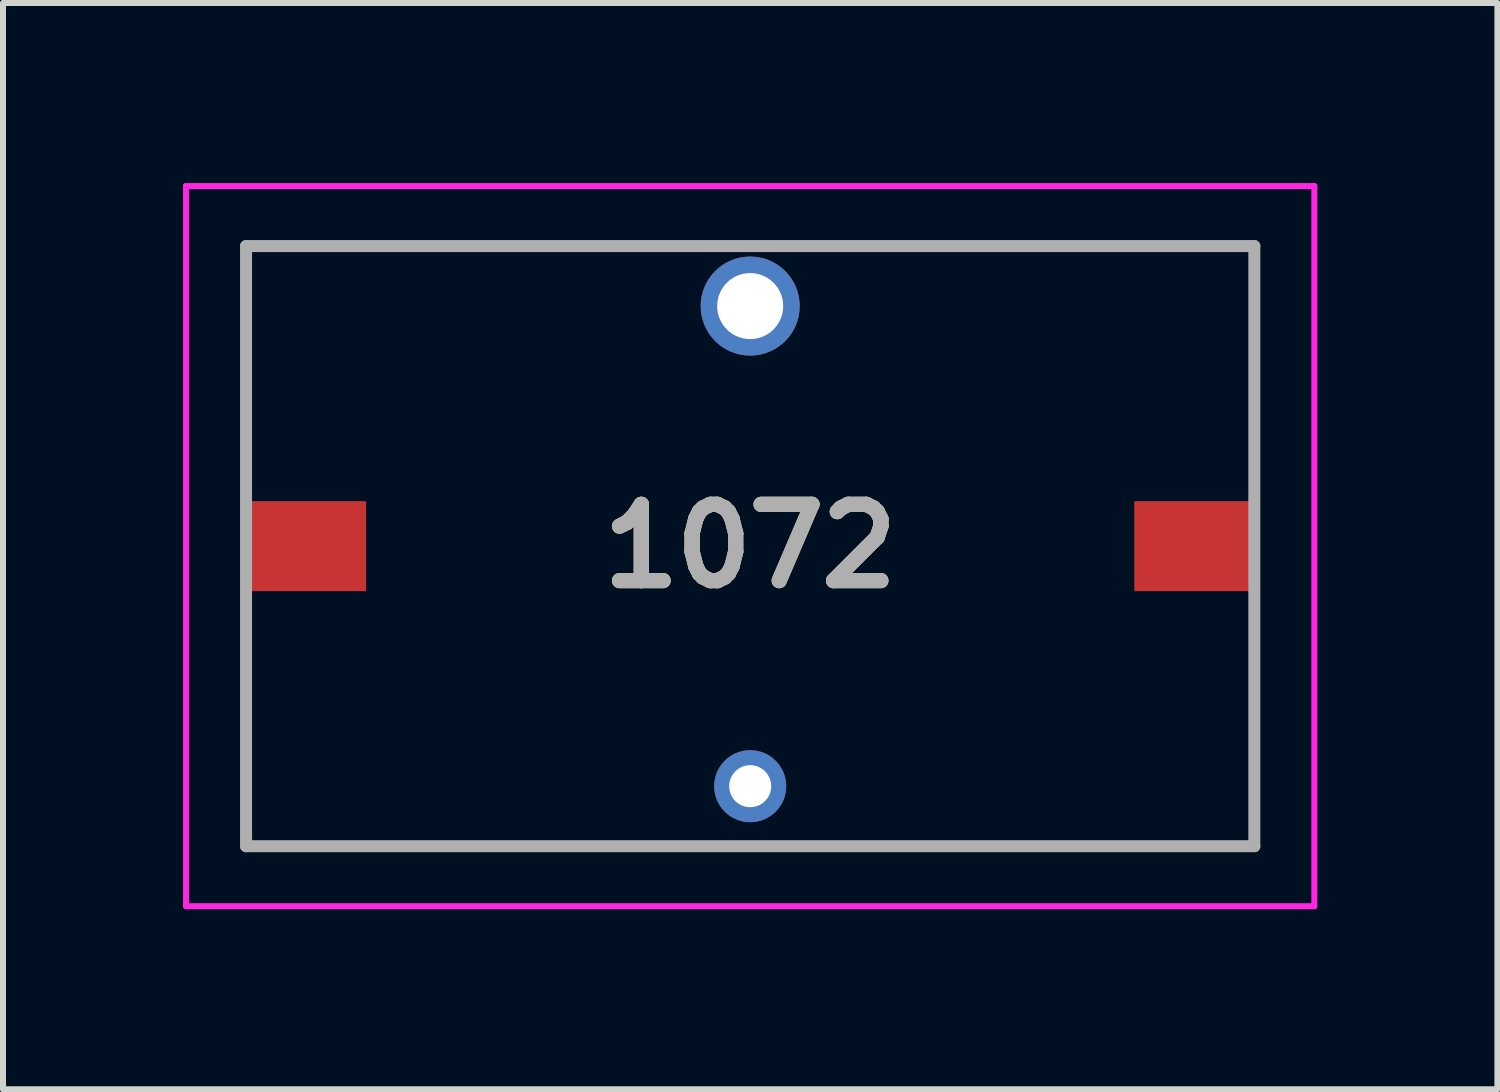
<source format=kicad_pcb>
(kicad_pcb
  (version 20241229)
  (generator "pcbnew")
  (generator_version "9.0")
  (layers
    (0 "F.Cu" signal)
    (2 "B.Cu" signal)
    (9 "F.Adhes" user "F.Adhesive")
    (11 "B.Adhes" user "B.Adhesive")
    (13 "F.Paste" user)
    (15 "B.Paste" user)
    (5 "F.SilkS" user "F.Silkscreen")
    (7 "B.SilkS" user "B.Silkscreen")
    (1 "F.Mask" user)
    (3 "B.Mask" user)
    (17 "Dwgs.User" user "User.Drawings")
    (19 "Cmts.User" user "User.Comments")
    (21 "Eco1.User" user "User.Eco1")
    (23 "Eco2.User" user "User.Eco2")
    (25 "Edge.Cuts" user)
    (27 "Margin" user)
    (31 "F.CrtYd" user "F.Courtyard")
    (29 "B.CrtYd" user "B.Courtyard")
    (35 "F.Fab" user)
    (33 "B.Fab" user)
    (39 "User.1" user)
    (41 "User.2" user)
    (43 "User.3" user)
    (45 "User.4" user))
  (footprint "1072"
    (layer "F.Cu")
    (at 9.45 6.05)
    (property "Reference" "1072" (at 0 0 0) (layer "F.SilkS") (effects (font (size 1.27 1.27) (thickness 0.254))))
    (attr through_hole)
    (fp_line (start -8.4 -5) (end -8.4 -2) (stroke (width 0.1) (type solid)) (layer "F.SilkS"))
    (fp_line (start -8.4 2) (end -8.4 5) (stroke (width 0.1) (type solid)) (layer "F.SilkS"))
    (fp_line (start -8.4 5) (end 8.4 5) (stroke (width 0.1) (type solid)) (layer "F.SilkS"))
    (fp_line (start -3 -5) (end -8.4 -5) (stroke (width 0.1) (type solid)) (layer "F.SilkS"))
    (fp_line (start 8.4 -5) (end 2 -5) (stroke (width 0.1) (type solid)) (layer "F.SilkS"))
    (fp_line (start 8.4 -2) (end 8.4 -5) (stroke (width 0.1) (type solid)) (layer "F.SilkS"))
    (fp_line (start 8.4 5) (end 8.4 2) (stroke (width 0.1) (type solid)) (layer "F.SilkS"))
    (fp_line (start -9.4 -6) (end 9.4 -6) (stroke (width 0.1) (type solid)) (layer "F.CrtYd"))
    (fp_line (start -9.4 6) (end -9.4 -6) (stroke (width 0.1) (type solid)) (layer "F.CrtYd"))
    (fp_line (start 9.4 -6) (end 9.4 6) (stroke (width 0.1) (type solid)) (layer "F.CrtYd"))
    (fp_line (start 9.4 6) (end -9.4 6) (stroke (width 0.1) (type solid)) (layer "F.CrtYd"))
    (fp_line (start -8.4 -5) (end 8.4 -5) (stroke (width 0.2) (type solid)) (layer "F.Fab"))
    (fp_line (start -8.4 5) (end -8.4 -5) (stroke (width 0.2) (type solid)) (layer "F.Fab"))
    (fp_line (start 8.4 -5) (end 8.4 5) (stroke (width 0.2) (type solid)) (layer "F.Fab"))
    (fp_line (start 8.4 5) (end -8.4 5) (stroke (width 0.2) (type solid)) (layer "F.Fab"))
    (fp_text user "${REFERENCE}" (at 0 0 0) (layer "F.Fab") (effects (font (size 1.27 1.27) (thickness 0.254))))
    (pad "1" smd rect (at -7.4 0 90) (size 1.5 2) (layers "F.Cu" "F.Mask" "F.Paste"))
    (pad "2" smd rect (at 7.4 0 90) (size 1.5 2) (layers "F.Cu" "F.Mask" "F.Paste"))
    (pad "MH1" thru_hole circle (at 0 4) (size 1.2 1.2) (drill 0.7) (layers "*.Cu" "*.Mask"))
    (pad "MH2" thru_hole circle (at 0 -4) (size 1.65 1.65) (drill 1.1) (layers "*.Cu" "*.Mask")))
  (gr_rect
    (start -3 -3)
    (end 21.9 15.1)
    (stroke (width 0.1) (type default))
    (fill no)
    (layer "Edge.Cuts")))
</source>
